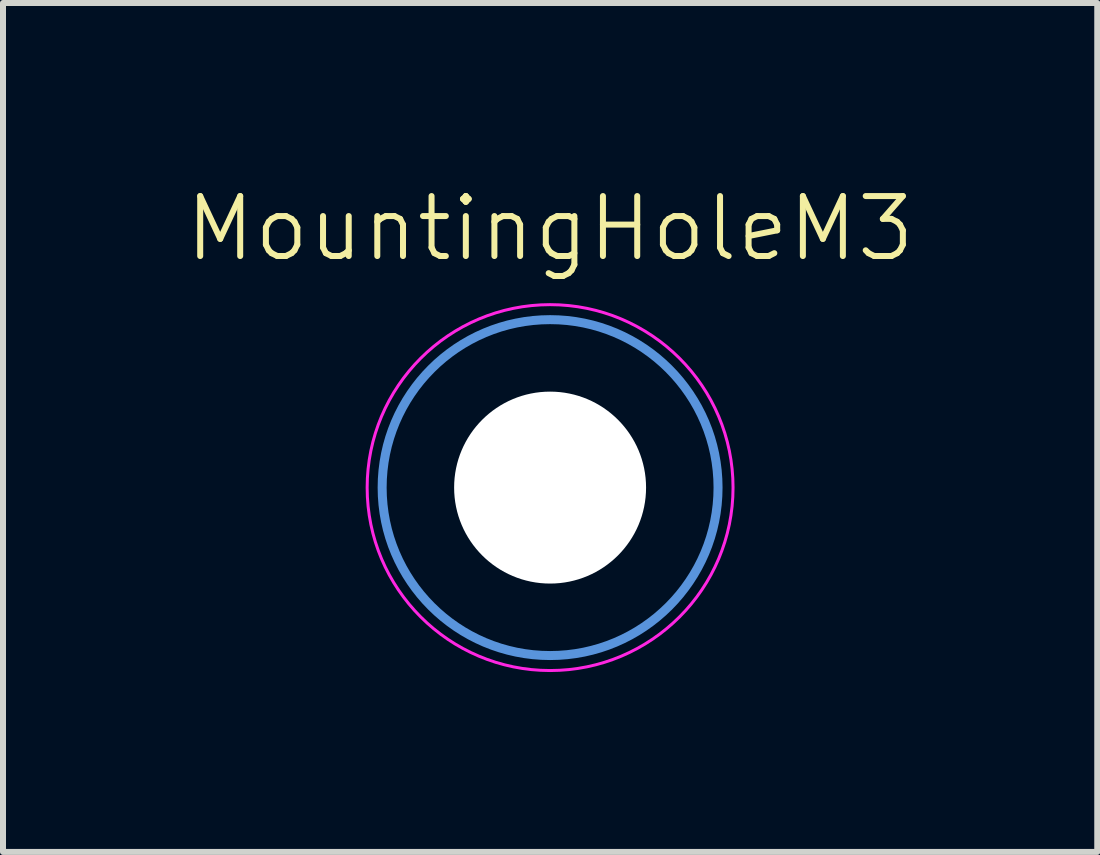
<source format=kicad_pcb>
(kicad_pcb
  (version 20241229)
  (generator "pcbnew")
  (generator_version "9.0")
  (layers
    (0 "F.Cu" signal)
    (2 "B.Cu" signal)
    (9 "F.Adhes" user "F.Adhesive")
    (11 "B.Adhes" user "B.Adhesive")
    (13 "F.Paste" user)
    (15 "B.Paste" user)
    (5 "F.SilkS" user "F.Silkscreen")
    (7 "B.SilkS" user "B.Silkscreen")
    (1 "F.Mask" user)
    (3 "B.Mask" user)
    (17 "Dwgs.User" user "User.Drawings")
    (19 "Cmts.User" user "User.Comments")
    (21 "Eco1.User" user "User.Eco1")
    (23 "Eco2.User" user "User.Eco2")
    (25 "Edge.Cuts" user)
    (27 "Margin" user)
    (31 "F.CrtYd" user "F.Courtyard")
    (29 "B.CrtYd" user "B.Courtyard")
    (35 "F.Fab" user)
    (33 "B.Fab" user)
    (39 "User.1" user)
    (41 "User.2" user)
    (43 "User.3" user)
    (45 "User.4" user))
  (footprint "MountingHoleM3"
    (layer "F.Cu")
    (at 6.121 5.079)
    (property "Reference" "MountingHoleM3" (at 0 -4.318 0) (unlocked yes) (layer "F.SilkS") (effects (font (size 1 1) (thickness 0.1))))
    (attr through_hole)
    (fp_circle (center 0 0) (end 2.8 0) (stroke (width 0.15) (type solid)) (fill no) (layer "Cmts.User"))
    (fp_circle (center 0 0) (end 3.05 0) (stroke (width 0.05) (type solid)) (fill no) (layer "F.CrtYd"))
    (pad "" np_thru_hole circle (at 0 0) (size 3.2 3.2) (drill 3.2) (layers "*.Cu" "*.Mask")))
  (gr_rect
    (start -3 -3)
    (end 15.243 11.153)
    (stroke (width 0.1) (type default))
    (fill no)
    (layer "Edge.Cuts")))
</source>
